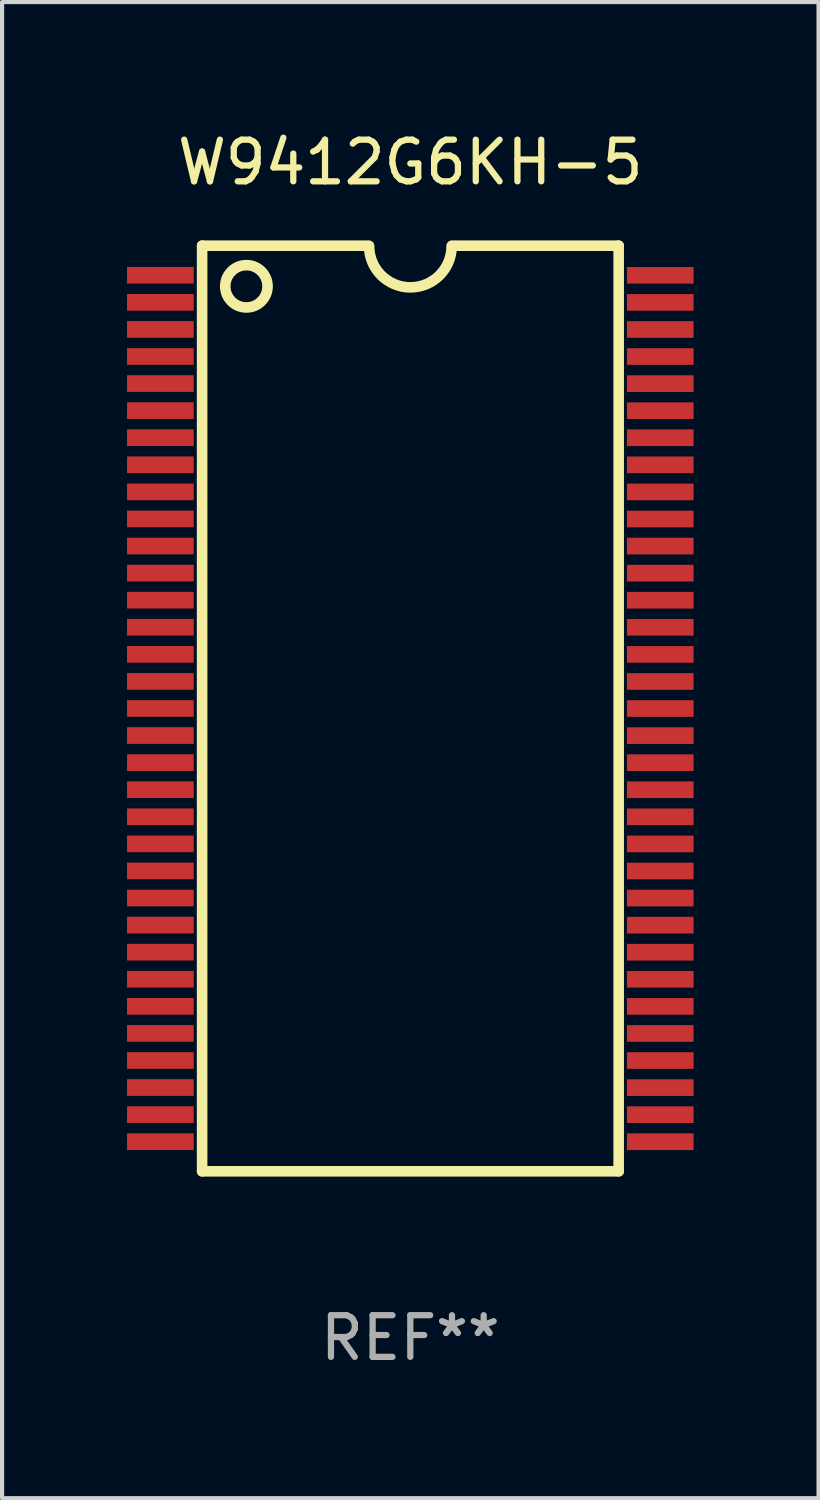
<source format=kicad_pcb>
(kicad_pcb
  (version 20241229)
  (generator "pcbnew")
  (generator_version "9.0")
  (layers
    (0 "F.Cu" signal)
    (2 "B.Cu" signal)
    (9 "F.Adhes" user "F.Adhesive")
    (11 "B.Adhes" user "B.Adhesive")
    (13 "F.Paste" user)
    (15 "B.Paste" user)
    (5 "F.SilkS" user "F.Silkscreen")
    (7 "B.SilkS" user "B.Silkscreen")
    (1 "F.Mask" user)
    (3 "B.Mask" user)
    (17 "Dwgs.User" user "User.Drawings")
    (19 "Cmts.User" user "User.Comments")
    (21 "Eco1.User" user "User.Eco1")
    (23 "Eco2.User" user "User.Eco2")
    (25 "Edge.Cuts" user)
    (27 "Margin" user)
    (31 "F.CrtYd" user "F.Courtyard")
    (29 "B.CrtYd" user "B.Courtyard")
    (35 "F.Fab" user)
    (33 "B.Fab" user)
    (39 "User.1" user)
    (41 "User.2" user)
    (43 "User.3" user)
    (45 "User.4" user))
  (footprint "W9412G6KH-5"
    (layer "F.Cu")
    (at 6.8 13.958)
    (property "Reference" "W9412G6KH-5" (at 0 -13.11 0) (layer "F.SilkS") (effects (font (size 1 1) (thickness 0.15))))
    (attr through_hole)
    (fp_line (start -4.998 -11.11) (end -4.998 11.11) (stroke (width 0.254) (type solid)) (layer "F.SilkS"))
    (fp_line (start -4.998 -11.11) (end -0.998 -11.11) (stroke (width 0.254) (type solid)) (layer "F.SilkS"))
    (fp_line (start -4.998 11.11) (end 5.002 11.11) (stroke (width 0.254) (type solid)) (layer "F.SilkS"))
    (fp_line (start 1.002 -11.11) (end 5.002 -11.11) (stroke (width 0.254) (type solid)) (layer "F.SilkS"))
    (fp_line (start 5.002 -11.11) (end 5.002 11.11) (stroke (width 0.254) (type solid)) (layer "F.SilkS"))
    (fp_arc (start 0.992126 -11.099822) (mid 0.001524 -10.10922) (end -0.989078 -11.099822) (stroke (width 0.254001) (type solid)) (layer "F.SilkS"))
    (fp_circle (center -3.935 -10.135) (end -3.427 -10.135) (stroke (width 0.254) (type solid)) (fill no) (layer "F.SilkS"))
    (fp_text user "REF**" (at 0 15.11 0) (layer "F.Fab") (effects (font (size 1 1) (thickness 0.15))))
    (pad "1" smd rect (at -6 -10.4 270) (size 0.4 1.6) (layers "F.Cu" "F.Mask" "F.Paste"))
    (pad "2" smd rect (at -6 -9.75 270) (size 0.4 1.6) (layers "F.Cu" "F.Mask" "F.Paste"))
    (pad "3" smd rect (at -6 -9.1 270) (size 0.4 1.6) (layers "F.Cu" "F.Mask" "F.Paste"))
    (pad "4" smd rect (at -6 -8.45 270) (size 0.4 1.6) (layers "F.Cu" "F.Mask" "F.Paste"))
    (pad "5" smd rect (at -6 -7.8 270) (size 0.4 1.6) (layers "F.Cu" "F.Mask" "F.Paste"))
    (pad "6" smd rect (at -6 -7.15 270) (size 0.4 1.6) (layers "F.Cu" "F.Mask" "F.Paste"))
    (pad "7" smd rect (at -6 -6.5 270) (size 0.4 1.6) (layers "F.Cu" "F.Mask" "F.Paste"))
    (pad "8" smd rect (at -6 -5.85 270) (size 0.4 1.6) (layers "F.Cu" "F.Mask" "F.Paste"))
    (pad "9" smd rect (at -6 -5.2 270) (size 0.4 1.6) (layers "F.Cu" "F.Mask" "F.Paste"))
    (pad "10" smd rect (at -6 -4.55 270) (size 0.4 1.6) (layers "F.Cu" "F.Mask" "F.Paste"))
    (pad "11" smd rect (at -6 -3.9 270) (size 0.4 1.6) (layers "F.Cu" "F.Mask" "F.Paste"))
    (pad "12" smd rect (at -6 -3.25 270) (size 0.4 1.6) (layers "F.Cu" "F.Mask" "F.Paste"))
    (pad "13" smd rect (at -6 -2.6 270) (size 0.4 1.6) (layers "F.Cu" "F.Mask" "F.Paste"))
    (pad "14" smd rect (at -6 -1.95 270) (size 0.4 1.6) (layers "F.Cu" "F.Mask" "F.Paste"))
    (pad "15" smd rect (at -6 -1.3 270) (size 0.4 1.6) (layers "F.Cu" "F.Mask" "F.Paste"))
    (pad "16" smd rect (at -6 -0.65 270) (size 0.4 1.6) (layers "F.Cu" "F.Mask" "F.Paste"))
    (pad "17" smd rect (at -6 -0.000254 270) (size 0.4 1.6) (layers "F.Cu" "F.Mask" "F.Paste"))
    (pad "18" smd rect (at -6 0.65 270) (size 0.4 1.6) (layers "F.Cu" "F.Mask" "F.Paste"))
    (pad "19" smd rect (at -6 1.3 270) (size 0.4 1.6) (layers "F.Cu" "F.Mask" "F.Paste"))
    (pad "20" smd rect (at -6 1.95 270) (size 0.4 1.6) (layers "F.Cu" "F.Mask" "F.Paste"))
    (pad "21" smd rect (at -6 2.6 270) (size 0.4 1.6) (layers "F.Cu" "F.Mask" "F.Paste"))
    (pad "22" smd rect (at -6 3.25 270) (size 0.4 1.6) (layers "F.Cu" "F.Mask" "F.Paste"))
    (pad "23" smd rect (at -6 3.9 270) (size 0.4 1.6) (layers "F.Cu" "F.Mask" "F.Paste"))
    (pad "24" smd rect (at -6 4.55 270) (size 0.4 1.6) (layers "F.Cu" "F.Mask" "F.Paste"))
    (pad "25" smd rect (at -6 5.2 270) (size 0.4 1.6) (layers "F.Cu" "F.Mask" "F.Paste"))
    (pad "26" smd rect (at -6 5.85 270) (size 0.4 1.6) (layers "F.Cu" "F.Mask" "F.Paste"))
    (pad "27" smd rect (at -6 6.5 270) (size 0.4 1.6) (layers "F.Cu" "F.Mask" "F.Paste"))
    (pad "28" smd rect (at -6 7.15 270) (size 0.4 1.6) (layers "F.Cu" "F.Mask" "F.Paste"))
    (pad "29" smd rect (at -6 7.8 270) (size 0.4 1.6) (layers "F.Cu" "F.Mask" "F.Paste"))
    (pad "30" smd rect (at -6 8.45 270) (size 0.4 1.6) (layers "F.Cu" "F.Mask" "F.Paste"))
    (pad "31" smd rect (at -6 9.1 270) (size 0.4 1.6) (layers "F.Cu" "F.Mask" "F.Paste"))
    (pad "32" smd rect (at -6 9.75 270) (size 0.4 1.6) (layers "F.Cu" "F.Mask" "F.Paste"))
    (pad "33" smd rect (at -6 10.4 270) (size 0.4 1.6) (layers "F.Cu" "F.Mask" "F.Paste"))
    (pad "34" smd rect (at 6 10.401 270) (size 0.4 1.6) (layers "F.Cu" "F.Mask" "F.Paste"))
    (pad "35" smd rect (at 6 9.751 270) (size 0.4 1.6) (layers "F.Cu" "F.Mask" "F.Paste"))
    (pad "36" smd rect (at 6 9.101 270) (size 0.4 1.6) (layers "F.Cu" "F.Mask" "F.Paste"))
    (pad "37" smd rect (at 6 8.451 270) (size 0.4 1.6) (layers "F.Cu" "F.Mask" "F.Paste"))
    (pad "38" smd rect (at 6 7.801 270) (size 0.4 1.6) (layers "F.Cu" "F.Mask" "F.Paste"))
    (pad "39" smd rect (at 6 7.151 270) (size 0.4 1.6) (layers "F.Cu" "F.Mask" "F.Paste"))
    (pad "40" smd rect (at 6 6.501 270) (size 0.4 1.6) (layers "F.Cu" "F.Mask" "F.Paste"))
    (pad "41" smd rect (at 6 5.851 270) (size 0.4 1.6) (layers "F.Cu" "F.Mask" "F.Paste"))
    (pad "42" smd rect (at 6 5.201 270) (size 0.4 1.6) (layers "F.Cu" "F.Mask" "F.Paste"))
    (pad "43" smd rect (at 6 4.551 270) (size 0.4 1.6) (layers "F.Cu" "F.Mask" "F.Paste"))
    (pad "44" smd rect (at 6 3.901 270) (size 0.4 1.6) (layers "F.Cu" "F.Mask" "F.Paste"))
    (pad "45" smd rect (at 6 3.251 270) (size 0.4 1.6) (layers "F.Cu" "F.Mask" "F.Paste"))
    (pad "46" smd rect (at 6 2.601 270) (size 0.4 1.6) (layers "F.Cu" "F.Mask" "F.Paste"))
    (pad "47" smd rect (at 6 1.951 270) (size 0.4 1.6) (layers "F.Cu" "F.Mask" "F.Paste"))
    (pad "48" smd rect (at 6 1.301 270) (size 0.4 1.6) (layers "F.Cu" "F.Mask" "F.Paste"))
    (pad "49" smd rect (at 6 0.651 270) (size 0.4 1.6) (layers "F.Cu" "F.Mask" "F.Paste"))
    (pad "50" smd rect (at 6 0.001 270) (size 0.4 1.6) (layers "F.Cu" "F.Mask" "F.Paste"))
    (pad "51" smd rect (at 6 -0.649 270) (size 0.4 1.6) (layers "F.Cu" "F.Mask" "F.Paste"))
    (pad "52" smd rect (at 6 -1.299 270) (size 0.4 1.6) (layers "F.Cu" "F.Mask" "F.Paste"))
    (pad "53" smd rect (at 6 -1.949 270) (size 0.4 1.6) (layers "F.Cu" "F.Mask" "F.Paste"))
    (pad "54" smd rect (at 6 -2.599 270) (size 0.4 1.6) (layers "F.Cu" "F.Mask" "F.Paste"))
    (pad "55" smd rect (at 6 -3.249 270) (size 0.4 1.6) (layers "F.Cu" "F.Mask" "F.Paste"))
    (pad "56" smd rect (at 6 -3.899 270) (size 0.4 1.6) (layers "F.Cu" "F.Mask" "F.Paste"))
    (pad "57" smd rect (at 6 -4.549 270) (size 0.4 1.6) (layers "F.Cu" "F.Mask" "F.Paste"))
    (pad "58" smd rect (at 6 -5.199 270) (size 0.4 1.6) (layers "F.Cu" "F.Mask" "F.Paste"))
    (pad "59" smd rect (at 6 -5.849 270) (size 0.4 1.6) (layers "F.Cu" "F.Mask" "F.Paste"))
    (pad "60" smd rect (at 6 -6.499 270) (size 0.4 1.6) (layers "F.Cu" "F.Mask" "F.Paste"))
    (pad "61" smd rect (at 6 -7.149 270) (size 0.4 1.6) (layers "F.Cu" "F.Mask" "F.Paste"))
    (pad "62" smd rect (at 6 -7.799 270) (size 0.4 1.6) (layers "F.Cu" "F.Mask" "F.Paste"))
    (pad "63" smd rect (at 6 -8.449 270) (size 0.4 1.6) (layers "F.Cu" "F.Mask" "F.Paste"))
    (pad "64" smd rect (at 6 -9.099 270) (size 0.4 1.6) (layers "F.Cu" "F.Mask" "F.Paste"))
    (pad "65" smd rect (at 6 -9.749 270) (size 0.4 1.6) (layers "F.Cu" "F.Mask" "F.Paste"))
    (pad "66" smd rect (at 6 -10.399 270) (size 0.4 1.6) (layers "F.Cu" "F.Mask" "F.Paste")))
  (gr_rect
    (start -3 -3)
    (end 16.6 32.916)
    (stroke (width 0.1) (type default))
    (fill no)
    (layer "Edge.Cuts")))
</source>
